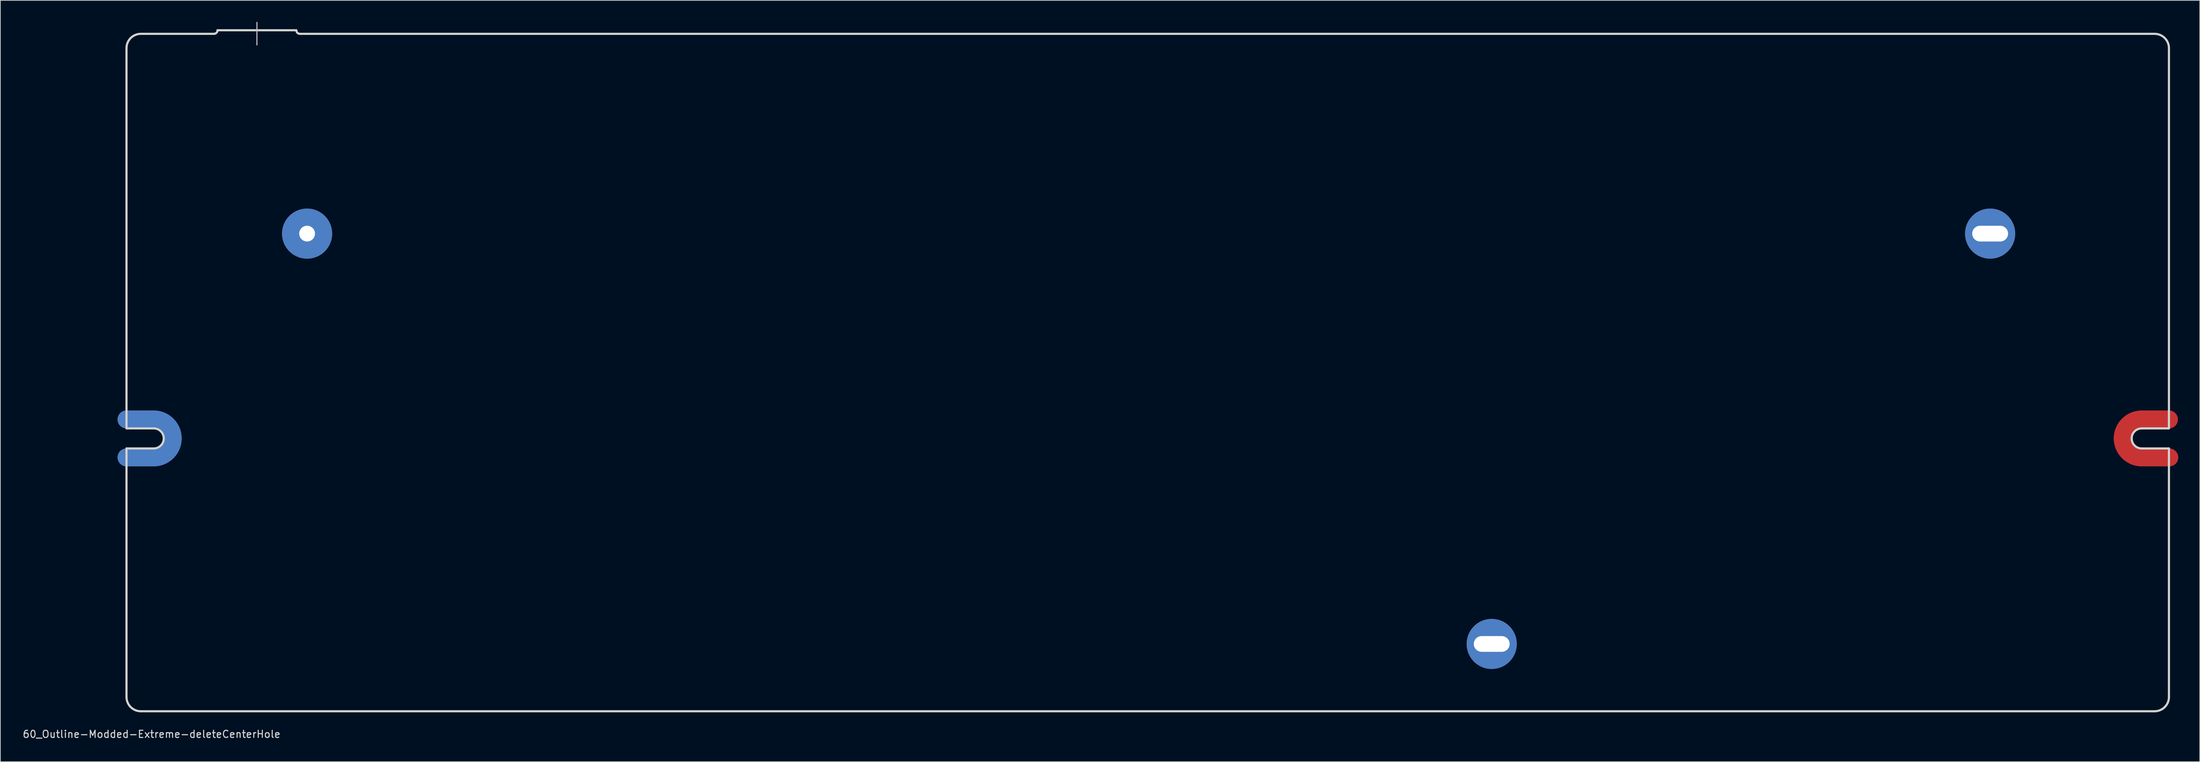
<source format=kicad_pcb>
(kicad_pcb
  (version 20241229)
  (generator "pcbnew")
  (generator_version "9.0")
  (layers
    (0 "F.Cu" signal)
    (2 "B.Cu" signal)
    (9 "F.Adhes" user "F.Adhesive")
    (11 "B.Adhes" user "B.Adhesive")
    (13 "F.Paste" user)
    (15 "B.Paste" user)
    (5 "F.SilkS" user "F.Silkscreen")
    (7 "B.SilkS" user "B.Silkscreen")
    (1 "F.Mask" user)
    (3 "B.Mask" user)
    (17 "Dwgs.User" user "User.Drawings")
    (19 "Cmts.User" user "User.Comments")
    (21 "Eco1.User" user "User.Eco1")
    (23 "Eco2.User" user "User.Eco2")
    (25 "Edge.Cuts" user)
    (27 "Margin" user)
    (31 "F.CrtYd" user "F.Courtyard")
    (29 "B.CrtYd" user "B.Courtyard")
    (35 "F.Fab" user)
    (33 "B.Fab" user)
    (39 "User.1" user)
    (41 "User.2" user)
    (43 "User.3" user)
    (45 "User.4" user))
  (footprint "60_Outline-Modded-Extreme-deleteCenterHole"
    (layer "F.Cu")
    (at 157.101 48.975)
    (property "Reference" "60_Outline-Modded-Extreme-deleteCenterHole" (at -139 50.5 0) (layer "Edge.Cuts") (effects (font (size 1 1) (thickness 0.15))))
    (attr through_hole)
    (fp_line (start -142.5 6.549) (end -138.7 6.549) (stroke (width 2.502) (type solid)) (layer "F.Cu"))
    (fp_line (start -142.5 11.851) (end -138.7 11.851) (stroke (width 2.502) (type solid)) (layer "F.Cu"))
    (fp_line (start 138.7 6.549) (end 142.5 6.549) (stroke (width 2.502) (type solid)) (layer "F.Cu"))
    (fp_line (start 138.7 11.851) (end 142.55 11.851) (stroke (width 2.502) (type solid)) (layer "F.Cu"))
    (fp_arc (start -138.7 6.54905) (mid -136.825495 7.325495) (end -136.04905 9.2) (stroke (width 2.5019) (type solid)) (layer "F.Cu"))
    (fp_arc (start -136.04905 9.2) (mid -136.825495 11.074505) (end -138.7 11.85095) (stroke (width 2.5019) (type solid)) (layer "F.Cu"))
    (fp_arc (start 136.04905 9.2) (mid 136.825495 7.325495) (end 138.7 6.54905) (stroke (width 2.5019) (type solid)) (layer "F.Cu"))
    (fp_arc (start 138.7 11.85095) (mid 136.825495 11.074505) (end 136.04905 9.2) (stroke (width 2.5019) (type solid)) (layer "F.Cu"))
    (fp_line (start -142.5 6.549) (end -138.7 6.549) (stroke (width 2.502) (type solid)) (layer "F.Mask"))
    (fp_line (start -142.5 11.851) (end -138.7 11.851) (stroke (width 2.502) (type solid)) (layer "F.Mask"))
    (fp_line (start 138.7 6.549) (end 142.5 6.549) (stroke (width 2.502) (type solid)) (layer "F.Mask"))
    (fp_line (start 138.7 11.851) (end 142.55 11.851) (stroke (width 2.502) (type solid)) (layer "F.Mask"))
    (fp_arc (start -138.7 6.54905) (mid -136.825495 7.325495) (end -136.04905 9.2) (stroke (width 2.5019) (type solid)) (layer "F.Mask"))
    (fp_arc (start -136.04905 9.2) (mid -136.825495 11.074505) (end -138.7 11.85095) (stroke (width 2.5019) (type solid)) (layer "F.Mask"))
    (fp_arc (start 136.04905 9.2) (mid 136.825495 7.325495) (end 138.7 6.54905) (stroke (width 2.5019) (type solid)) (layer "F.Mask"))
    (fp_arc (start 138.7 11.85095) (mid 136.825495 11.074505) (end 136.04905 9.2) (stroke (width 2.5019) (type solid)) (layer "F.Mask"))
    (fp_line (start -142.5 6.549) (end -138.7 6.549) (stroke (width 2.502) (type solid)) (layer "B.Cu"))
    (fp_line (start -142.5 11.851) (end -138.7 11.851) (stroke (width 2.502) (type solid)) (layer "B.Cu"))
    (fp_arc (start -138.7 6.54905) (mid -136.825495 7.325495) (end -136.04905 9.2) (stroke (width 2.5019) (type solid)) (layer "B.Cu"))
    (fp_arc (start -136.04905 9.2) (mid -136.825495 11.074505) (end -138.7 11.85095) (stroke (width 2.5019) (type solid)) (layer "B.Cu"))
    (fp_line (start -142.5 6.549) (end -138.7 6.549) (stroke (width 2.502) (type solid)) (layer "B.Mask"))
    (fp_line (start -142.5 11.851) (end -138.7 11.851) (stroke (width 2.502) (type solid)) (layer "B.Mask"))
    (fp_arc (start -138.7 6.54905) (mid -136.825495 7.325495) (end -136.04905 9.2) (stroke (width 2.5019) (type solid)) (layer "B.Mask"))
    (fp_arc (start -136.04905 9.2) (mid -136.825495 11.074505) (end -138.7 11.85095) (stroke (width 2.5019) (type solid)) (layer "B.Mask"))
    (fp_line (start -124.3 -48.9) (end -124.3 -45.75) (stroke (width 0.15) (type solid)) (layer "Dwgs.User"))
    (fp_line (start -142.5 7.8) (end -142.5 -45.3) (stroke (width 0.3) (type solid)) (layer "Edge.Cuts"))
    (fp_line (start -142.5 10.6) (end -138.7 10.6) (stroke (width 0.3) (type solid)) (layer "Edge.Cuts"))
    (fp_line (start -142.5 45.3) (end -142.5 10.6) (stroke (width 0.3) (type solid)) (layer "Edge.Cuts"))
    (fp_line (start -140.5 -47.3) (end -130.3 -47.3) (stroke (width 0.3) (type solid)) (layer "Edge.Cuts"))
    (fp_line (start -140.5 47.3) (end 140.5 47.3) (stroke (width 0.3) (type solid)) (layer "Edge.Cuts"))
    (fp_line (start -138.7 7.8) (end -142.5 7.8) (stroke (width 0.3) (type solid)) (layer "Edge.Cuts"))
    (fp_line (start -129.8 -47.8) (end -118.8 -47.8) (stroke (width 0.3) (type solid)) (layer "Edge.Cuts"))
    (fp_line (start 138.7 7.8) (end 142.5 7.8) (stroke (width 0.3) (type solid)) (layer "Edge.Cuts"))
    (fp_line (start 138.7 10.6) (end 142.5 10.6) (stroke (width 0.3) (type solid)) (layer "Edge.Cuts"))
    (fp_line (start 140.5 -47.3) (end -118.3 -47.3) (stroke (width 0.3) (type solid)) (layer "Edge.Cuts"))
    (fp_line (start 142.5 7.8) (end 142.5 -45.3) (stroke (width 0.3) (type solid)) (layer "Edge.Cuts"))
    (fp_line (start 142.5 10.6) (end 142.5 45.3) (stroke (width 0.3) (type solid)) (layer "Edge.Cuts"))
    (fp_arc (start -142.5 -45.3) (mid -141.914214 -46.714214) (end -140.5 -47.3) (stroke (width 0.3) (type solid)) (layer "Edge.Cuts"))
    (fp_arc (start -140.5 47.3) (mid -141.914214 46.714214) (end -142.5 45.3) (stroke (width 0.3) (type solid)) (layer "Edge.Cuts"))
    (fp_arc (start -138.7 7.8) (mid -137.710051 8.210051) (end -137.3 9.2) (stroke (width 0.3) (type solid)) (layer "Edge.Cuts"))
    (fp_arc (start -137.3 9.2) (mid -137.710051 10.189949) (end -138.7 10.6) (stroke (width 0.3) (type solid)) (layer "Edge.Cuts"))
    (fp_arc (start -129.8 -47.8) (mid -129.946447 -47.446447) (end -130.3 -47.3) (stroke (width 0.3) (type solid)) (layer "Edge.Cuts"))
    (fp_arc (start -118.3 -47.3) (mid -118.653553 -47.446447) (end -118.8 -47.8) (stroke (width 0.3) (type solid)) (layer "Edge.Cuts"))
    (fp_arc (start 137.3 9.2) (mid 137.710051 8.210051) (end 138.7 7.8) (stroke (width 0.3) (type solid)) (layer "Edge.Cuts"))
    (fp_arc (start 138.7 10.6) (mid 137.710051 10.189949) (end 137.3 9.2) (stroke (width 0.3) (type solid)) (layer "Edge.Cuts"))
    (fp_arc (start 140.5 -47.3) (mid 141.914214 -46.714214) (end 142.5 -45.3) (stroke (width 0.3) (type solid)) (layer "Edge.Cuts"))
    (fp_arc (start 142.5 45.3) (mid 141.914214 46.714214) (end 140.5 47.3) (stroke (width 0.3) (type solid)) (layer "Edge.Cuts"))
    (pad "1" thru_hole circle (at -117.3 -19.4) (size 7 7) (drill 2.2) (layers "*.Cu" "*.Mask"))
    (pad "1" thru_hole circle (at 48 37.9) (size 7 7) (drill oval 5 2.2) (layers "*.Cu" "*.Mask"))
    (pad "1" thru_hole circle (at 117.55 -19.4) (size 7 7) (drill oval 5 2.2) (layers "*.Cu" "*.Mask")))
  (gr_rect
    (start -3 -3)
    (end 303.902 103.323)
    (stroke (width 0.1) (type default))
    (fill no)
    (layer "Edge.Cuts")))
</source>
